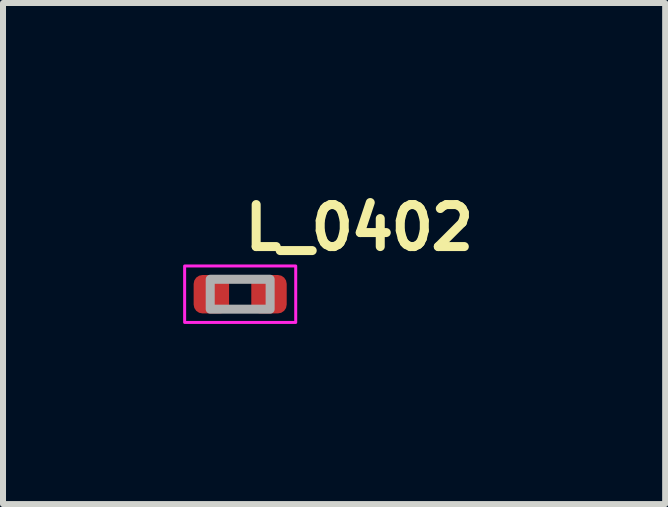
<source format=kicad_pcb>
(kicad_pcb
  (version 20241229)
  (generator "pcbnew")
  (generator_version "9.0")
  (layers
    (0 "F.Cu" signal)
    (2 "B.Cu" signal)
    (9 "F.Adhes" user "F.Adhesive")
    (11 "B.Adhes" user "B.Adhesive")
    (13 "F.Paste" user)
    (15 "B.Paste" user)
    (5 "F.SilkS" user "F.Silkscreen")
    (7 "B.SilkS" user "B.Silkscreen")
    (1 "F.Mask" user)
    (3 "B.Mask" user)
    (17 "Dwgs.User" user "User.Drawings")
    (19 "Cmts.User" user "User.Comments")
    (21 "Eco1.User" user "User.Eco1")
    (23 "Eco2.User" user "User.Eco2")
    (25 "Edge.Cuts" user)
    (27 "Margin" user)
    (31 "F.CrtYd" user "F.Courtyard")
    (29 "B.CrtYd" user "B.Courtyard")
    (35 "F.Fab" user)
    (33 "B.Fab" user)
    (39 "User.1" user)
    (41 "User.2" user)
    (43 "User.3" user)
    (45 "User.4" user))
  (footprint "L_0402"
    (layer "F.Cu")
    (at 0.95 1.85)
    (property "Reference" "L_0402" (at 0.001 -0.7 0) (layer "F.SilkS") (effects (font (size 0.7 0.7) (thickness 0.15)) (justify left bottom)))
    (attr smd)
    (fp_rect (start -0.925 -0.47) (end 0.925 0.47) (stroke (width 0.05) (type default)) (fill no) (layer "F.CrtYd"))
    (fp_rect (start -0.499 -0.249) (end 0.499 0.249) (stroke (width 0.15) (type solid)) (fill no) (layer "F.Fab"))
    (fp_line (start -0.499 -0.244) (end -0.499 -0.243) (stroke (width 0.1) (type solid)) (layer "User.5"))
    (fp_line (start -0.499 -0.243) (end -0.499 -0.243) (stroke (width 0.1) (type solid)) (layer "User.5"))
    (fp_line (start -0.499 -0.243) (end -0.499 -0.242) (stroke (width 0.1) (type solid)) (layer "User.5"))
    (fp_line (start -0.499 -0.242) (end -0.499 -0.242) (stroke (width 0.1) (type solid)) (layer "User.5"))
    (fp_line (start -0.499 -0.242) (end -0.499 -0.242) (stroke (width 0.1) (type solid)) (layer "User.5"))
    (fp_line (start -0.499 -0.242) (end -0.499 -0.241) (stroke (width 0.1) (type solid)) (layer "User.5"))
    (fp_line (start -0.499 -0.241) (end -0.499 -0.241) (stroke (width 0.1) (type solid)) (layer "User.5"))
    (fp_line (start -0.499 -0.241) (end -0.499 -0.24) (stroke (width 0.1) (type solid)) (layer "User.5"))
    (fp_line (start -0.499 -0.24) (end -0.499 -0.239) (stroke (width 0.1) (type solid)) (layer "User.5"))
    (fp_line (start -0.499 -0.239) (end -0.499 -0.239) (stroke (width 0.1) (type solid)) (layer "User.5"))
    (fp_line (start -0.499 -0.239) (end -0.499 -0.239) (stroke (width 0.1) (type solid)) (layer "User.5"))
    (fp_line (start -0.499 -0.239) (end -0.499 -0.239) (stroke (width 0.1) (type solid)) (layer "User.5"))
    (fp_line (start -0.499 0.24) (end -0.499 -0.239) (stroke (width 0.1) (type solid)) (layer "User.5"))
    (fp_line (start -0.499 0.24) (end -0.499 0.24) (stroke (width 0.1) (type solid)) (layer "User.5"))
    (fp_line (start -0.499 0.24) (end -0.499 0.24) (stroke (width 0.1) (type solid)) (layer "User.5"))
    (fp_line (start -0.499 0.24) (end -0.499 0.24) (stroke (width 0.1) (type solid)) (layer "User.5"))
    (fp_line (start -0.499 0.24) (end -0.499 0.24) (stroke (width 0.1) (type solid)) (layer "User.5"))
    (fp_line (start -0.499 0.24) (end -0.499 0.24) (stroke (width 0.1) (type solid)) (layer "User.5"))
    (fp_line (start -0.499 0.24) (end -0.499 0.241) (stroke (width 0.1) (type solid)) (layer "User.5"))
    (fp_line (start -0.499 0.241) (end -0.499 0.241) (stroke (width 0.1) (type solid)) (layer "User.5"))
    (fp_line (start -0.499 0.241) (end -0.499 0.241) (stroke (width 0.1) (type solid)) (layer "User.5"))
    (fp_line (start -0.499 0.241) (end -0.499 0.242) (stroke (width 0.1) (type solid)) (layer "User.5"))
    (fp_line (start -0.499 0.242) (end -0.499 0.242) (stroke (width 0.1) (type solid)) (layer "User.5"))
    (fp_line (start -0.499 0.242) (end -0.499 0.243) (stroke (width 0.1) (type solid)) (layer "User.5"))
    (fp_line (start -0.499 0.243) (end -0.498 0.243) (stroke (width 0.1) (type solid)) (layer "User.5"))
    (fp_line (start -0.498 -0.245) (end -0.498 -0.245) (stroke (width 0.1) (type solid)) (layer "User.5"))
    (fp_line (start -0.498 -0.245) (end -0.498 -0.245) (stroke (width 0.1) (type solid)) (layer "User.5"))
    (fp_line (start -0.498 -0.245) (end -0.498 -0.244) (stroke (width 0.1) (type solid)) (layer "User.5"))
    (fp_line (start -0.498 -0.244) (end -0.499 -0.244) (stroke (width 0.1) (type solid)) (layer "User.5"))
    (fp_line (start -0.498 0.243) (end -0.498 0.244) (stroke (width 0.1) (type solid)) (layer "User.5"))
    (fp_line (start -0.498 0.244) (end -0.498 0.244) (stroke (width 0.1) (type solid)) (layer "User.5"))
    (fp_line (start -0.498 0.244) (end -0.498 0.244) (stroke (width 0.1) (type solid)) (layer "User.5"))
    (fp_line (start -0.498 0.244) (end -0.497 0.245) (stroke (width 0.1) (type solid)) (layer "User.5"))
    (fp_line (start -0.497 -0.247) (end -0.497 -0.246) (stroke (width 0.1) (type solid)) (layer "User.5"))
    (fp_line (start -0.497 -0.246) (end -0.498 -0.245) (stroke (width 0.1) (type solid)) (layer "User.5"))
    (fp_line (start -0.497 -0.246) (end -0.497 -0.246) (stroke (width 0.1) (type solid)) (layer "User.5"))
    (fp_line (start -0.497 0.245) (end -0.497 0.245) (stroke (width 0.1) (type solid)) (layer "User.5"))
    (fp_line (start -0.497 0.245) (end -0.497 0.246) (stroke (width 0.1) (type solid)) (layer "User.5"))
    (fp_line (start -0.497 0.246) (end -0.496 0.246) (stroke (width 0.1) (type solid)) (layer "User.5"))
    (fp_line (start -0.496 -0.247) (end -0.497 -0.247) (stroke (width 0.1) (type solid)) (layer "User.5"))
    (fp_line (start -0.496 -0.247) (end -0.496 -0.247) (stroke (width 0.1) (type solid)) (layer "User.5"))
    (fp_line (start -0.496 0.246) (end -0.496 0.246) (stroke (width 0.1) (type solid)) (layer "User.5"))
    (fp_line (start -0.496 0.246) (end -0.495 0.247) (stroke (width 0.1) (type solid)) (layer "User.5"))
    (fp_line (start -0.495 -0.248) (end -0.496 -0.247) (stroke (width 0.1) (type solid)) (layer "User.5"))
    (fp_line (start -0.495 -0.248) (end -0.495 -0.248) (stroke (width 0.1) (type solid)) (layer "User.5"))
    (fp_line (start -0.495 -0.248) (end -0.495 -0.248) (stroke (width 0.1) (type solid)) (layer "User.5"))
    (fp_line (start -0.495 0.247) (end -0.495 0.247) (stroke (width 0.1) (type solid)) (layer "User.5"))
    (fp_line (start -0.495 0.247) (end -0.495 0.247) (stroke (width 0.1) (type solid)) (layer "User.5"))
    (fp_line (start -0.495 0.247) (end -0.494 0.247) (stroke (width 0.1) (type solid)) (layer "User.5"))
    (fp_line (start -0.494 -0.249) (end -0.494 -0.248) (stroke (width 0.1) (type solid)) (layer "User.5"))
    (fp_line (start -0.494 -0.248) (end -0.495 -0.248) (stroke (width 0.1) (type solid)) (layer "User.5"))
    (fp_line (start -0.494 0.247) (end -0.494 0.248) (stroke (width 0.1) (type solid)) (layer "User.5"))
    (fp_line (start -0.494 0.248) (end -0.493 0.248) (stroke (width 0.1) (type solid)) (layer "User.5"))
    (fp_line (start -0.493 -0.249) (end -0.494 -0.249) (stroke (width 0.1) (type solid)) (layer "User.5"))
    (fp_line (start -0.493 -0.249) (end -0.493 -0.249) (stroke (width 0.1) (type solid)) (layer "User.5"))
    (fp_line (start -0.493 0.248) (end -0.493 0.248) (stroke (width 0.1) (type solid)) (layer "User.5"))
    (fp_line (start -0.493 0.248) (end -0.492 0.248) (stroke (width 0.1) (type solid)) (layer "User.5"))
    (fp_line (start -0.492 -0.249) (end -0.493 -0.249) (stroke (width 0.1) (type solid)) (layer "User.5"))
    (fp_line (start -0.492 -0.249) (end -0.492 -0.249) (stroke (width 0.1) (type solid)) (layer "User.5"))
    (fp_line (start -0.492 -0.249) (end -0.492 -0.249) (stroke (width 0.1) (type solid)) (layer "User.5"))
    (fp_line (start -0.492 0.248) (end -0.492 0.248) (stroke (width 0.1) (type solid)) (layer "User.5"))
    (fp_line (start -0.492 0.248) (end -0.492 0.248) (stroke (width 0.1) (type solid)) (layer "User.5"))
    (fp_line (start -0.492 0.248) (end -0.491 0.248) (stroke (width 0.1) (type solid)) (layer "User.5"))
    (fp_line (start -0.491 -0.249) (end -0.492 -0.249) (stroke (width 0.1) (type solid)) (layer "User.5"))
    (fp_line (start -0.491 -0.249) (end -0.491 -0.249) (stroke (width 0.1) (type solid)) (layer "User.5"))
    (fp_line (start -0.491 0.248) (end -0.491 0.248) (stroke (width 0.1) (type solid)) (layer "User.5"))
    (fp_line (start -0.491 0.248) (end -0.49 0.248) (stroke (width 0.1) (type solid)) (layer "User.5"))
    (fp_line (start -0.489 -0.249) (end -0.299 -0.249) (stroke (width 0.1) (type solid)) (layer "User.5"))
    (fp_line (start -0.299 -0.249) (end -0.299 -0.239) (stroke (width 0.1) (type solid)) (layer "User.5"))
    (fp_line (start -0.299 -0.239) (end -0.299 0.24) (stroke (width 0.1) (type solid)) (layer "User.5"))
    (fp_line (start -0.299 -0.239) (end 0.298 -0.239) (stroke (width 0.1) (type solid)) (layer "User.5"))
    (fp_line (start -0.299 0.24) (end -0.299 0.248) (stroke (width 0.1) (type solid)) (layer "User.5"))
    (fp_line (start -0.299 0.24) (end 0.298 0.24) (stroke (width 0.1) (type solid)) (layer "User.5"))
    (fp_line (start -0.299 0.248) (end -0.489 0.248) (stroke (width 0.1) (type solid)) (layer "User.5"))
    (fp_line (start 0.298 -0.249) (end 0.298 -0.239) (stroke (width 0.1) (type solid)) (layer "User.5"))
    (fp_line (start 0.298 -0.239) (end 0.298 0.24) (stroke (width 0.1) (type solid)) (layer "User.5"))
    (fp_line (start 0.298 0.24) (end 0.298 0.248) (stroke (width 0.1) (type solid)) (layer "User.5"))
    (fp_line (start 0.298 0.248) (end 0.488 0.248) (stroke (width 0.1) (type solid)) (layer "User.5"))
    (fp_line (start 0.488 -0.249) (end 0.298 -0.249) (stroke (width 0.1) (type solid)) (layer "User.5"))
    (fp_line (start 0.49 0.248) (end 0.491 0.248) (stroke (width 0.1) (type solid)) (layer "User.5"))
    (fp_line (start 0.491 -0.249) (end 0.49 -0.249) (stroke (width 0.1) (type solid)) (layer "User.5"))
    (fp_line (start 0.491 -0.249) (end 0.491 -0.249) (stroke (width 0.1) (type solid)) (layer "User.5"))
    (fp_line (start 0.491 -0.249) (end 0.491 -0.249) (stroke (width 0.1) (type solid)) (layer "User.5"))
    (fp_line (start 0.491 0.248) (end 0.491 0.248) (stroke (width 0.1) (type solid)) (layer "User.5"))
    (fp_line (start 0.491 0.248) (end 0.491 0.248) (stroke (width 0.1) (type solid)) (layer "User.5"))
    (fp_line (start 0.491 0.248) (end 0.492 0.248) (stroke (width 0.1) (type solid)) (layer "User.5"))
    (fp_line (start 0.492 -0.249) (end 0.491 -0.249) (stroke (width 0.1) (type solid)) (layer "User.5"))
    (fp_line (start 0.492 -0.249) (end 0.492 -0.249) (stroke (width 0.1) (type solid)) (layer "User.5"))
    (fp_line (start 0.492 0.248) (end 0.492 0.248) (stroke (width 0.1) (type solid)) (layer "User.5"))
    (fp_line (start 0.492 0.248) (end 0.493 0.248) (stroke (width 0.1) (type solid)) (layer "User.5"))
    (fp_line (start 0.493 -0.249) (end 0.492 -0.249) (stroke (width 0.1) (type solid)) (layer "User.5"))
    (fp_line (start 0.493 -0.248) (end 0.493 -0.249) (stroke (width 0.1) (type solid)) (layer "User.5"))
    (fp_line (start 0.493 0.247) (end 0.494 0.247) (stroke (width 0.1) (type solid)) (layer "User.5"))
    (fp_line (start 0.493 0.248) (end 0.493 0.247) (stroke (width 0.1) (type solid)) (layer "User.5"))
    (fp_line (start 0.494 -0.248) (end 0.493 -0.248) (stroke (width 0.1) (type solid)) (layer "User.5"))
    (fp_line (start 0.494 -0.248) (end 0.494 -0.248) (stroke (width 0.1) (type solid)) (layer "User.5"))
    (fp_line (start 0.494 -0.248) (end 0.494 -0.248) (stroke (width 0.1) (type solid)) (layer "User.5"))
    (fp_line (start 0.494 0.247) (end 0.494 0.247) (stroke (width 0.1) (type solid)) (layer "User.5"))
    (fp_line (start 0.494 0.247) (end 0.494 0.247) (stroke (width 0.1) (type solid)) (layer "User.5"))
    (fp_line (start 0.494 0.247) (end 0.495 0.246) (stroke (width 0.1) (type solid)) (layer "User.5"))
    (fp_line (start 0.495 -0.247) (end 0.494 -0.248) (stroke (width 0.1) (type solid)) (layer "User.5"))
    (fp_line (start 0.495 -0.247) (end 0.495 -0.247) (stroke (width 0.1) (type solid)) (layer "User.5"))
    (fp_line (start 0.495 0.246) (end 0.495 0.246) (stroke (width 0.1) (type solid)) (layer "User.5"))
    (fp_line (start 0.495 0.246) (end 0.496 0.246) (stroke (width 0.1) (type solid)) (layer "User.5"))
    (fp_line (start 0.496 -0.247) (end 0.495 -0.247) (stroke (width 0.1) (type solid)) (layer "User.5"))
    (fp_line (start 0.496 -0.246) (end 0.496 -0.247) (stroke (width 0.1) (type solid)) (layer "User.5"))
    (fp_line (start 0.496 -0.246) (end 0.496 -0.246) (stroke (width 0.1) (type solid)) (layer "User.5"))
    (fp_line (start 0.496 0.245) (end 0.496 0.245) (stroke (width 0.1) (type solid)) (layer "User.5"))
    (fp_line (start 0.496 0.245) (end 0.497 0.244) (stroke (width 0.1) (type solid)) (layer "User.5"))
    (fp_line (start 0.496 0.246) (end 0.496 0.245) (stroke (width 0.1) (type solid)) (layer "User.5"))
    (fp_line (start 0.497 -0.245) (end 0.496 -0.246) (stroke (width 0.1) (type solid)) (layer "User.5"))
    (fp_line (start 0.497 -0.245) (end 0.497 -0.245) (stroke (width 0.1) (type solid)) (layer "User.5"))
    (fp_line (start 0.497 -0.245) (end 0.497 -0.245) (stroke (width 0.1) (type solid)) (layer "User.5"))
    (fp_line (start 0.497 -0.244) (end 0.497 -0.245) (stroke (width 0.1) (type solid)) (layer "User.5"))
    (fp_line (start 0.497 0.243) (end 0.498 0.243) (stroke (width 0.1) (type solid)) (layer "User.5"))
    (fp_line (start 0.497 0.244) (end 0.497 0.243) (stroke (width 0.1) (type solid)) (layer "User.5"))
    (fp_line (start 0.497 0.244) (end 0.497 0.244) (stroke (width 0.1) (type solid)) (layer "User.5"))
    (fp_line (start 0.497 0.244) (end 0.497 0.244) (stroke (width 0.1) (type solid)) (layer "User.5"))
    (fp_line (start 0.498 -0.244) (end 0.497 -0.244) (stroke (width 0.1) (type solid)) (layer "User.5"))
    (fp_line (start 0.498 -0.243) (end 0.498 -0.244) (stroke (width 0.1) (type solid)) (layer "User.5"))
    (fp_line (start 0.498 -0.243) (end 0.498 -0.243) (stroke (width 0.1) (type solid)) (layer "User.5"))
    (fp_line (start 0.498 -0.242) (end 0.498 -0.243) (stroke (width 0.1) (type solid)) (layer "User.5"))
    (fp_line (start 0.498 -0.242) (end 0.498 -0.242) (stroke (width 0.1) (type solid)) (layer "User.5"))
    (fp_line (start 0.498 -0.242) (end 0.498 -0.242) (stroke (width 0.1) (type solid)) (layer "User.5"))
    (fp_line (start 0.498 -0.241) (end 0.498 -0.242) (stroke (width 0.1) (type solid)) (layer "User.5"))
    (fp_line (start 0.498 -0.241) (end 0.498 -0.241) (stroke (width 0.1) (type solid)) (layer "User.5"))
    (fp_line (start 0.498 -0.24) (end 0.498 -0.241) (stroke (width 0.1) (type solid)) (layer "User.5"))
    (fp_line (start 0.498 0.24) (end 0.498 -0.239) (stroke (width 0.1) (type solid)) (layer "User.5"))
    (fp_line (start 0.498 0.24) (end 0.498 0.24) (stroke (width 0.1) (type solid)) (layer "User.5"))
    (fp_line (start 0.498 0.241) (end 0.498 0.24) (stroke (width 0.1) (type solid)) (layer "User.5"))
    (fp_line (start 0.498 0.241) (end 0.498 0.241) (stroke (width 0.1) (type solid)) (layer "User.5"))
    (fp_line (start 0.498 0.241) (end 0.498 0.241) (stroke (width 0.1) (type solid)) (layer "User.5"))
    (fp_line (start 0.498 0.242) (end 0.498 0.241) (stroke (width 0.1) (type solid)) (layer "User.5"))
    (fp_line (start 0.498 0.242) (end 0.498 0.242) (stroke (width 0.1) (type solid)) (layer "User.5"))
    (fp_line (start 0.498 0.243) (end 0.498 0.242) (stroke (width 0.1) (type solid)) (layer "User.5"))
    (fp_rect (start -0.499 -0.249) (end 0.498 0.248) (stroke (width 0.1) (type solid)) (fill no) (layer "User.5"))
    (fp_line (start -0.499 -0.244) (end -0.499 -0.243) (stroke (width 0.02) (type solid)) (layer "User.9"))
    (fp_line (start -0.499 -0.243) (end -0.499 -0.243) (stroke (width 0.02) (type solid)) (layer "User.9"))
    (fp_line (start -0.499 -0.243) (end -0.499 -0.242) (stroke (width 0.02) (type solid)) (layer "User.9"))
    (fp_line (start -0.499 -0.242) (end -0.499 -0.242) (stroke (width 0.02) (type solid)) (layer "User.9"))
    (fp_line (start -0.499 -0.242) (end -0.499 -0.242) (stroke (width 0.02) (type solid)) (layer "User.9"))
    (fp_line (start -0.499 -0.242) (end -0.499 -0.241) (stroke (width 0.02) (type solid)) (layer "User.9"))
    (fp_line (start -0.499 -0.241) (end -0.499 -0.241) (stroke (width 0.02) (type solid)) (layer "User.9"))
    (fp_line (start -0.499 -0.241) (end -0.499 -0.24) (stroke (width 0.02) (type solid)) (layer "User.9"))
    (fp_line (start -0.499 -0.24) (end -0.499 -0.239) (stroke (width 0.02) (type solid)) (layer "User.9"))
    (fp_line (start -0.499 -0.239) (end -0.499 -0.239) (stroke (width 0.02) (type solid)) (layer "User.9"))
    (fp_line (start -0.499 -0.239) (end -0.499 -0.239) (stroke (width 0.02) (type solid)) (layer "User.9"))
    (fp_line (start -0.499 -0.239) (end -0.499 -0.239) (stroke (width 0.02) (type solid)) (layer "User.9"))
    (fp_line (start -0.499 -0.239) (end -0.499 -0.239) (stroke (width 0.02) (type solid)) (layer "User.9"))
    (fp_line (start -0.499 -0.239) (end -0.499 -0.239) (stroke (width 0.02) (type solid)) (layer "User.9"))
    (fp_line (start -0.499 -0.239) (end -0.499 -0.239) (stroke (width 0.02) (type solid)) (layer "User.9"))
    (fp_line (start -0.499 -0.239) (end -0.499 -0.239) (stroke (width 0.02) (type solid)) (layer "User.9"))
    (fp_line (start -0.499 -0.239) (end -0.499 -0.238) (stroke (width 0.02) (type solid)) (layer "User.9"))
    (fp_line (start -0.499 -0.238) (end -0.499 -0.238) (stroke (width 0.02) (type solid)) (layer "User.9"))
    (fp_line (start -0.499 -0.238) (end -0.499 -0.237) (stroke (width 0.02) (type solid)) (layer "User.9"))
    (fp_line (start -0.499 -0.237) (end -0.498 -0.237) (stroke (width 0.02) (type solid)) (layer "User.9"))
    (fp_line (start -0.499 0.236) (end -0.499 0.237) (stroke (width 0.02) (type solid)) (layer "User.9"))
    (fp_line (start -0.499 0.237) (end -0.499 0.237) (stroke (width 0.02) (type solid)) (layer "User.9"))
    (fp_line (start -0.499 0.237) (end -0.499 0.238) (stroke (width 0.02) (type solid)) (layer "User.9"))
    (fp_line (start -0.499 0.238) (end -0.499 0.238) (stroke (width 0.02) (type solid)) (layer "User.9"))
    (fp_line (start -0.499 0.238) (end -0.499 0.238) (stroke (width 0.02) (type solid)) (layer "User.9"))
    (fp_line (start -0.499 0.238) (end -0.499 0.239) (stroke (width 0.02) (type solid)) (layer "User.9"))
    (fp_line (start -0.499 0.239) (end -0.499 0.239) (stroke (width 0.02) (type solid)) (layer "User.9"))
    (fp_line (start -0.499 0.239) (end -0.499 0.24) (stroke (width 0.02) (type solid)) (layer "User.9"))
    (fp_line (start -0.499 0.24) (end -0.499 -0.239) (stroke (width 0.02) (type solid)) (layer "User.9"))
    (fp_line (start -0.499 0.24) (end -0.499 0.24) (stroke (width 0.02) (type solid)) (layer "User.9"))
    (fp_line (start -0.499 0.24) (end -0.499 0.24) (stroke (width 0.02) (type solid)) (layer "User.9"))
    (fp_line (start -0.499 0.24) (end -0.499 0.24) (stroke (width 0.02) (type solid)) (layer "User.9"))
    (fp_line (start -0.499 0.24) (end -0.499 0.24) (stroke (width 0.02) (type solid)) (layer "User.9"))
    (fp_line (start -0.499 0.24) (end -0.499 0.24) (stroke (width 0.02) (type solid)) (layer "User.9"))
    (fp_line (start -0.499 0.24) (end -0.499 0.241) (stroke (width 0.02) (type solid)) (layer "User.9"))
    (fp_line (start -0.499 0.241) (end -0.499 0.241) (stroke (width 0.02) (type solid)) (layer "User.9"))
    (fp_line (start -0.499 0.241) (end -0.499 0.241) (stroke (width 0.02) (type solid)) (layer "User.9"))
    (fp_line (start -0.499 0.241) (end -0.499 0.242) (stroke (width 0.02) (type solid)) (layer "User.9"))
    (fp_line (start -0.499 0.242) (end -0.499 0.242) (stroke (width 0.02) (type solid)) (layer "User.9"))
    (fp_line (start -0.499 0.242) (end -0.499 0.243) (stroke (width 0.02) (type solid)) (layer "User.9"))
    (fp_line (start -0.499 0.243) (end -0.498 0.243) (stroke (width 0.02) (type solid)) (layer "User.9"))
    (fp_line (start -0.498 -0.245) (end -0.498 -0.245) (stroke (width 0.02) (type solid)) (layer "User.9"))
    (fp_line (start -0.498 -0.245) (end -0.498 -0.245) (stroke (width 0.02) (type solid)) (layer "User.9"))
    (fp_line (start -0.498 -0.245) (end -0.498 -0.244) (stroke (width 0.02) (type solid)) (layer "User.9"))
    (fp_line (start -0.498 -0.244) (end -0.499 -0.244) (stroke (width 0.02) (type solid)) (layer "User.9"))
    (fp_line (start -0.498 -0.237) (end -0.498 -0.236) (stroke (width 0.02) (type solid)) (layer "User.9"))
    (fp_line (start -0.498 -0.236) (end -0.498 -0.236) (stroke (width 0.02) (type solid)) (layer "User.9"))
    (fp_line (start -0.498 -0.236) (end -0.498 -0.236) (stroke (width 0.02) (type solid)) (layer "User.9"))
    (fp_line (start -0.498 -0.236) (end -0.497 -0.235) (stroke (width 0.02) (type solid)) (layer "User.9"))
    (fp_line (start -0.498 0.235) (end -0.498 0.235) (stroke (width 0.02) (type solid)) (layer "User.9"))
    (fp_line (start -0.498 0.235) (end -0.498 0.235) (stroke (width 0.02) (type solid)) (layer "User.9"))
    (fp_line (start -0.498 0.235) (end -0.498 0.236) (stroke (width 0.02) (type solid)) (layer "User.9"))
    (fp_line (start -0.498 0.236) (end -0.499 0.236) (stroke (width 0.02) (type solid)) (layer "User.9"))
    (fp_line (start -0.498 0.243) (end -0.498 0.244) (stroke (width 0.02) (type solid)) (layer "User.9"))
    (fp_line (start -0.498 0.244) (end -0.498 0.244) (stroke (width 0.02) (type solid)) (layer "User.9"))
    (fp_line (start -0.498 0.244) (end -0.498 0.244) (stroke (width 0.02) (type solid)) (layer "User.9"))
    (fp_line (start -0.498 0.244) (end -0.497 0.245) (stroke (width 0.02) (type solid)) (layer "User.9"))
    (fp_line (start -0.497 -0.247) (end -0.497 -0.246) (stroke (width 0.02) (type solid)) (layer "User.9"))
    (fp_line (start -0.497 -0.246) (end -0.498 -0.245) (stroke (width 0.02) (type solid)) (layer "User.9"))
    (fp_line (start -0.497 -0.246) (end -0.497 -0.246) (stroke (width 0.02) (type solid)) (layer "User.9"))
    (fp_line (start -0.497 -0.235) (end -0.497 -0.235) (stroke (width 0.02) (type solid)) (layer "User.9"))
    (fp_line (start -0.497 -0.235) (end -0.497 -0.234) (stroke (width 0.02) (type solid)) (layer "User.9"))
    (fp_line (start -0.497 -0.234) (end -0.496 -0.234) (stroke (width 0.02) (type solid)) (layer "User.9"))
    (fp_line (start -0.497 0.233) (end -0.497 0.234) (stroke (width 0.02) (type solid)) (layer "User.9"))
    (fp_line (start -0.497 0.234) (end -0.498 0.235) (stroke (width 0.02) (type solid)) (layer "User.9"))
    (fp_line (start -0.497 0.234) (end -0.497 0.234) (stroke (width 0.02) (type solid)) (layer "User.9"))
    (fp_line (start -0.497 0.245) (end -0.497 0.245) (stroke (width 0.02) (type solid)) (layer "User.9"))
    (fp_line (start -0.497 0.245) (end -0.497 0.246) (stroke (width 0.02) (type solid)) (layer "User.9"))
    (fp_line (start -0.497 0.246) (end -0.496 0.246) (stroke (width 0.02) (type solid)) (layer "User.9"))
    (fp_line (start -0.496 -0.247) (end -0.497 -0.247) (stroke (width 0.02) (type solid)) (layer "User.9"))
    (fp_line (start -0.496 -0.247) (end -0.496 -0.247) (stroke (width 0.02) (type solid)) (layer "User.9"))
    (fp_line (start -0.496 -0.234) (end -0.496 -0.234) (stroke (width 0.02) (type solid)) (layer "User.9"))
    (fp_line (start -0.496 -0.234) (end -0.495 -0.233) (stroke (width 0.02) (type solid)) (layer "User.9"))
    (fp_line (start -0.496 0.233) (end -0.497 0.233) (stroke (width 0.02) (type solid)) (layer "User.9"))
    (fp_line (start -0.496 0.233) (end -0.496 0.233) (stroke (width 0.02) (type solid)) (layer "User.9"))
    (fp_line (start -0.496 0.246) (end -0.496 0.246) (stroke (width 0.02) (type solid)) (layer "User.9"))
    (fp_line (start -0.496 0.246) (end -0.495 0.247) (stroke (width 0.02) (type solid)) (layer "User.9"))
    (fp_line (start -0.495 -0.248) (end -0.496 -0.247) (stroke (width 0.02) (type solid)) (layer "User.9"))
    (fp_line (start -0.495 -0.248) (end -0.495 -0.248) (stroke (width 0.02) (type solid)) (layer "User.9"))
    (fp_line (start -0.495 -0.248) (end -0.495 -0.248) (stroke (width 0.02) (type solid)) (layer "User.9"))
    (fp_line (start -0.495 -0.233) (end -0.495 -0.233) (stroke (width 0.02) (type solid)) (layer "User.9"))
    (fp_line (start -0.495 -0.233) (end -0.495 -0.233) (stroke (width 0.02) (type solid)) (layer "User.9"))
    (fp_line (start -0.495 -0.233) (end -0.494 -0.233) (stroke (width 0.02) (type solid)) (layer "User.9"))
    (fp_line (start -0.495 0.232) (end -0.496 0.233) (stroke (width 0.02) (type solid)) (layer "User.9"))
    (fp_line (start -0.495 0.232) (end -0.495 0.232) (stroke (width 0.02) (type solid)) (layer "User.9"))
    (fp_line (start -0.495 0.232) (end -0.495 0.232) (stroke (width 0.02) (type solid)) (layer "User.9"))
    (fp_line (start -0.495 0.247) (end -0.495 0.247) (stroke (width 0.02) (type solid)) (layer "User.9"))
    (fp_line (start -0.495 0.247) (end -0.495 0.247) (stroke (width 0.02) (type solid)) (layer "User.9"))
    (fp_line (start -0.495 0.247) (end -0.494 0.247) (stroke (width 0.02) (type solid)) (layer "User.9"))
    (fp_line (start -0.494 -0.249) (end -0.494 -0.248) (stroke (width 0.02) (type solid)) (layer "User.9"))
    (fp_line (start -0.494 -0.248) (end -0.495 -0.248) (stroke (width 0.02) (type solid)) (layer "User.9"))
    (fp_line (start -0.494 -0.233) (end -0.494 -0.232) (stroke (width 0.02) (type solid)) (layer "User.9"))
    (fp_line (start -0.494 -0.232) (end -0.493 -0.232) (stroke (width 0.02) (type solid)) (layer "User.9"))
    (fp_line (start -0.494 0.231) (end -0.494 0.232) (stroke (width 0.02) (type solid)) (layer "User.9"))
    (fp_line (start -0.494 0.232) (end -0.495 0.232) (stroke (width 0.02) (type solid)) (layer "User.9"))
    (fp_line (start -0.494 0.247) (end -0.494 0.248) (stroke (width 0.02) (type solid)) (layer "User.9"))
    (fp_line (start -0.494 0.248) (end -0.493 0.248) (stroke (width 0.02) (type solid)) (layer "User.9"))
    (fp_line (start -0.493 -0.249) (end -0.494 -0.249) (stroke (width 0.02) (type solid)) (layer "User.9"))
    (fp_line (start -0.493 -0.249) (end -0.493 -0.249) (stroke (width 0.02) (type solid)) (layer "User.9"))
    (fp_line (start -0.493 -0.232) (end -0.493 -0.232) (stroke (width 0.02) (type solid)) (layer "User.9"))
    (fp_line (start -0.493 -0.232) (end -0.492 -0.232) (stroke (width 0.02) (type solid)) (layer "User.9"))
    (fp_line (start -0.493 0.231) (end -0.494 0.231) (stroke (width 0.02) (type solid)) (layer "User.9"))
    (fp_line (start -0.493 0.231) (end -0.493 0.231) (stroke (width 0.02) (type solid)) (layer "User.9"))
    (fp_line (start -0.493 0.248) (end -0.493 0.248) (stroke (width 0.02) (type solid)) (layer "User.9"))
    (fp_line (start -0.493 0.248) (end -0.492 0.248) (stroke (width 0.02) (type solid)) (layer "User.9"))
    (fp_line (start -0.492 -0.249) (end -0.493 -0.249) (stroke (width 0.02) (type solid)) (layer "User.9"))
    (fp_line (start -0.492 -0.249) (end -0.492 -0.249) (stroke (width 0.02) (type solid)) (layer "User.9"))
    (fp_line (start -0.492 -0.249) (end -0.492 -0.249) (stroke (width 0.02) (type solid)) (layer "User.9"))
    (fp_line (start -0.492 -0.232) (end -0.492 -0.232) (stroke (width 0.02) (type solid)) (layer "User.9"))
    (fp_line (start -0.492 -0.232) (end -0.492 -0.232) (stroke (width 0.02) (type solid)) (layer "User.9"))
    (fp_line (start -0.492 -0.232) (end -0.491 -0.232) (stroke (width 0.02) (type solid)) (layer "User.9"))
    (fp_line (start -0.492 0.231) (end -0.493 0.231) (stroke (width 0.02) (type solid)) (layer "User.9"))
    (fp_line (start -0.492 0.231) (end -0.492 0.231) (stroke (width 0.02) (type solid)) (layer "User.9"))
    (fp_line (start -0.492 0.231) (end -0.492 0.231) (stroke (width 0.02) (type solid)) (layer "User.9"))
    (fp_line (start -0.492 0.248) (end -0.492 0.248) (stroke (width 0.02) (type solid)) (layer "User.9"))
    (fp_line (start -0.492 0.248) (end -0.492 0.248) (stroke (width 0.02) (type solid)) (layer "User.9"))
    (fp_line (start -0.492 0.248) (end -0.491 0.248) (stroke (width 0.02) (type solid)) (layer "User.9"))
    (fp_line (start -0.491 -0.249) (end -0.492 -0.249) (stroke (width 0.02) (type solid)) (layer "User.9"))
    (fp_line (start -0.491 -0.249) (end -0.491 -0.249) (stroke (width 0.02) (type solid)) (layer "User.9"))
    (fp_line (start -0.491 -0.232) (end -0.491 -0.232) (stroke (width 0.02) (type solid)) (layer "User.9"))
    (fp_line (start -0.491 -0.232) (end -0.49 -0.232) (stroke (width 0.02) (type solid)) (layer "User.9"))
    (fp_line (start -0.491 0.231) (end -0.492 0.231) (stroke (width 0.02) (type solid)) (layer "User.9"))
    (fp_line (start -0.491 0.231) (end -0.491 0.231) (stroke (width 0.02) (type solid)) (layer "User.9"))
    (fp_line (start -0.491 0.248) (end -0.491 0.248) (stroke (width 0.02) (type solid)) (layer "User.9"))
    (fp_line (start -0.491 0.248) (end -0.49 0.248) (stroke (width 0.02) (type solid)) (layer "User.9"))
    (fp_line (start -0.49 -0.249) (end -0.491 -0.249) (stroke (width 0.02) (type solid)) (layer "User.9"))
    (fp_line (start -0.49 -0.232) (end -0.489 -0.232) (stroke (width 0.02) (type solid)) (layer "User.9"))
    (fp_line (start -0.49 0.231) (end -0.491 0.231) (stroke (width 0.02) (type solid)) (layer "User.9"))
    (fp_line (start -0.49 0.248) (end -0.489 0.248) (stroke (width 0.02) (type solid)) (layer "User.9"))
    (fp_line (start -0.489 -0.249) (end -0.49 -0.249) (stroke (width 0.02) (type solid)) (layer "User.9"))
    (fp_line (start -0.489 -0.249) (end -0.489 -0.249) (stroke (width 0.02) (type solid)) (layer "User.9"))
    (fp_line (start -0.489 -0.249) (end -0.489 -0.249) (stroke (width 0.02) (type solid)) (layer "User.9"))
    (fp_line (start -0.489 -0.249) (end -0.299 -0.249) (stroke (width 0.02) (type solid)) (layer "User.9"))
    (fp_line (start -0.489 -0.232) (end -0.489 -0.232) (stroke (width 0.02) (type solid)) (layer "User.9"))
    (fp_line (start -0.489 -0.232) (end -0.489 -0.232) (stroke (width 0.02) (type solid)) (layer "User.9"))
    (fp_line (start -0.489 -0.232) (end -0.488 -0.232) (stroke (width 0.02) (type solid)) (layer "User.9"))
    (fp_line (start -0.489 0.231) (end -0.49 0.231) (stroke (width 0.02) (type solid)) (layer "User.9"))
    (fp_line (start -0.489 0.231) (end -0.489 0.231) (stroke (width 0.02) (type solid)) (layer "User.9"))
    (fp_line (start -0.489 0.231) (end -0.489 0.231) (stroke (width 0.02) (type solid)) (layer "User.9"))
    (fp_line (start -0.489 0.248) (end -0.489 0.248) (stroke (width 0.02) (type solid)) (layer "User.9"))
    (fp_line (start -0.489 0.248) (end -0.489 0.248) (stroke (width 0.02) (type solid)) (layer "User.9"))
    (fp_line (start -0.489 0.248) (end -0.488 0.248) (stroke (width 0.02) (type solid)) (layer "User.9"))
    (fp_line (start -0.488 -0.249) (end -0.489 -0.249) (stroke (width 0.02) (type solid)) (layer "User.9"))
    (fp_line (start -0.488 -0.249) (end -0.488 -0.249) (stroke (width 0.02) (type solid)) (layer "User.9"))
    (fp_line (start -0.488 -0.232) (end -0.488 -0.232) (stroke (width 0.02) (type solid)) (layer "User.9"))
    (fp_line (start -0.488 -0.232) (end -0.487 -0.232) (stroke (width 0.02) (type solid)) (layer "User.9"))
    (fp_line (start -0.488 0.231) (end -0.489 0.231) (stroke (width 0.02) (type solid)) (layer "User.9"))
    (fp_line (start -0.488 0.231) (end -0.488 0.231) (stroke (width 0.02) (type solid)) (layer "User.9"))
    (fp_line (start -0.488 0.248) (end -0.488 0.248) (stroke (width 0.02) (type solid)) (layer "User.9"))
    (fp_line (start -0.488 0.248) (end -0.487 0.248) (stroke (width 0.02) (type solid)) (layer "User.9"))
    (fp_line (start -0.487 -0.249) (end -0.488 -0.249) (stroke (width 0.02) (type solid)) (layer "User.9"))
    (fp_line (start -0.487 -0.249) (end -0.487 -0.249) (stroke (width 0.02) (type solid)) (layer "User.9"))
    (fp_line (start -0.487 -0.249) (end -0.487 -0.249) (stroke (width 0.02) (type solid)) (layer "User.9"))
    (fp_line (start -0.487 -0.232) (end -0.487 -0.232) (stroke (width 0.02) (type solid)) (layer "User.9"))
    (fp_line (start -0.487 -0.232) (end -0.487 -0.232) (stroke (width 0.02) (type solid)) (layer "User.9"))
    (fp_line (start -0.487 -0.232) (end -0.486 -0.232) (stroke (width 0.02) (type solid)) (layer "User.9"))
    (fp_line (start -0.487 0.231) (end -0.488 0.231) (stroke (width 0.02) (type solid)) (layer "User.9"))
    (fp_line (start -0.487 0.231) (end -0.487 0.231) (stroke (width 0.02) (type solid)) (layer "User.9"))
    (fp_line (start -0.487 0.231) (end -0.487 0.231) (stroke (width 0.02) (type solid)) (layer "User.9"))
    (fp_line (start -0.487 0.248) (end -0.487 0.248) (stroke (width 0.02) (type solid)) (layer "User.9"))
    (fp_line (start -0.487 0.248) (end -0.487 0.248) (stroke (width 0.02) (type solid)) (layer "User.9"))
    (fp_line (start -0.487 0.248) (end -0.486 0.248) (stroke (width 0.02) (type solid)) (layer "User.9"))
    (fp_line (start -0.486 -0.249) (end -0.487 -0.249) (stroke (width 0.02) (type solid)) (layer "User.9"))
    (fp_line (start -0.486 -0.249) (end -0.486 -0.249) (stroke (width 0.02) (type solid)) (layer "User.9"))
    (fp_line (start -0.486 -0.232) (end -0.486 -0.232) (stroke (width 0.02) (type solid)) (layer "User.9"))
    (fp_line (start -0.486 -0.232) (end -0.485 -0.232) (stroke (width 0.02) (type solid)) (layer "User.9"))
    (fp_line (start -0.486 0.231) (end -0.487 0.231) (stroke (width 0.02) (type solid)) (layer "User.9"))
    (fp_line (start -0.486 0.231) (end -0.486 0.231) (stroke (width 0.02) (type solid)) (layer "User.9"))
    (fp_line (start -0.486 0.248) (end -0.486 0.248) (stroke (width 0.02) (type solid)) (layer "User.9"))
    (fp_line (start -0.486 0.248) (end -0.485 0.248) (stroke (width 0.02) (type solid)) (layer "User.9"))
    (fp_line (start -0.485 -0.249) (end -0.486 -0.249) (stroke (width 0.02) (type solid)) (layer "User.9"))
    (fp_line (start -0.485 -0.248) (end -0.485 -0.249) (stroke (width 0.02) (type solid)) (layer "User.9"))
    (fp_line (start -0.485 -0.233) (end -0.484 -0.233) (stroke (width 0.02) (type solid)) (layer "User.9"))
    (fp_line (start -0.485 -0.232) (end -0.485 -0.233) (stroke (width 0.02) (type solid)) (layer "User.9"))
    (fp_line (start -0.485 0.231) (end -0.486 0.231) (stroke (width 0.02) (type solid)) (layer "User.9"))
    (fp_line (start -0.485 0.232) (end -0.485 0.231) (stroke (width 0.02) (type solid)) (layer "User.9"))
    (fp_line (start -0.485 0.247) (end -0.484 0.247) (stroke (width 0.02) (type solid)) (layer "User.9"))
    (fp_line (start -0.485 0.248) (end -0.485 0.247) (stroke (width 0.02) (type solid)) (layer "User.9"))
    (fp_line (start -0.484 -0.248) (end -0.485 -0.248) (stroke (width 0.02) (type solid)) (layer "User.9"))
    (fp_line (start -0.484 -0.248) (end -0.484 -0.248) (stroke (width 0.02) (type solid)) (layer "User.9"))
    (fp_line (start -0.484 -0.248) (end -0.484 -0.248) (stroke (width 0.02) (type solid)) (layer "User.9"))
    (fp_line (start -0.484 -0.233) (end -0.484 -0.233) (stroke (width 0.02) (type solid)) (layer "User.9"))
    (fp_line (start -0.484 -0.233) (end -0.484 -0.233) (stroke (width 0.02) (type solid)) (layer "User.9"))
    (fp_line (start -0.484 -0.233) (end -0.483 -0.234) (stroke (width 0.02) (type solid)) (layer "User.9"))
    (fp_line (start -0.484 0.232) (end -0.485 0.232) (stroke (width 0.02) (type solid)) (layer "User.9"))
    (fp_line (start -0.484 0.232) (end -0.484 0.232) (stroke (width 0.02) (type solid)) (layer "User.9"))
    (fp_line (start -0.484 0.232) (end -0.484 0.232) (stroke (width 0.02) (type solid)) (layer "User.9"))
    (fp_line (start -0.484 0.247) (end -0.484 0.247) (stroke (width 0.02) (type solid)) (layer "User.9"))
    (fp_line (start -0.484 0.247) (end -0.484 0.247) (stroke (width 0.02) (type solid)) (layer "User.9"))
    (fp_line (start -0.484 0.247) (end -0.483 0.246) (stroke (width 0.02) (type solid)) (layer "User.9"))
    (fp_line (start -0.483 -0.247) (end -0.484 -0.248) (stroke (width 0.02) (type solid)) (layer "User.9"))
    (fp_line (start -0.483 -0.247) (end -0.483 -0.247) (stroke (width 0.02) (type solid)) (layer "User.9"))
    (fp_line (start -0.483 -0.234) (end -0.483 -0.234) (stroke (width 0.02) (type solid)) (layer "User.9"))
    (fp_line (start -0.483 -0.234) (end -0.482 -0.234) (stroke (width 0.02) (type solid)) (layer "User.9"))
    (fp_line (start -0.483 0.233) (end -0.484 0.232) (stroke (width 0.02) (type solid)) (layer "User.9"))
    (fp_line (start -0.483 0.233) (end -0.483 0.233) (stroke (width 0.02) (type solid)) (layer "User.9"))
    (fp_line (start -0.483 0.246) (end -0.483 0.246) (stroke (width 0.02) (type solid)) (layer "User.9"))
    (fp_line (start -0.483 0.246) (end -0.482 0.246) (stroke (width 0.02) (type solid)) (layer "User.9"))
    (fp_line (start -0.482 -0.247) (end -0.483 -0.247) (stroke (width 0.02) (type solid)) (layer "User.9"))
    (fp_line (start -0.482 -0.246) (end -0.482 -0.247) (stroke (width 0.02) (type solid)) (layer "User.9"))
    (fp_line (start -0.482 -0.246) (end -0.482 -0.246) (stroke (width 0.02) (type solid)) (layer "User.9"))
    (fp_line (start -0.482 -0.235) (end -0.482 -0.235) (stroke (width 0.02) (type solid)) (layer "User.9"))
    (fp_line (start -0.482 -0.235) (end -0.481 -0.236) (stroke (width 0.02) (type solid)) (layer "User.9"))
    (fp_line (start -0.482 -0.234) (end -0.482 -0.235) (stroke (width 0.02) (type solid)) (layer "User.9"))
    (fp_line (start -0.482 0.233) (end -0.483 0.233) (stroke (width 0.02) (type solid)) (layer "User.9"))
    (fp_line (start -0.482 0.234) (end -0.482 0.233) (stroke (width 0.02) (type solid)) (layer "User.9"))
    (fp_line (start -0.482 0.234) (end -0.482 0.234) (stroke (width 0.02) (type solid)) (layer "User.9"))
    (fp_line (start -0.482 0.245) (end -0.482 0.245) (stroke (width 0.02) (type solid)) (layer "User.9"))
    (fp_line (start -0.482 0.245) (end -0.481 0.244) (stroke (width 0.02) (type solid)) (layer "User.9"))
    (fp_line (start -0.482 0.246) (end -0.482 0.245) (stroke (width 0.02) (type solid)) (layer "User.9"))
    (fp_line (start -0.481 -0.245) (end -0.482 -0.246) (stroke (width 0.02) (type solid)) (layer "User.9"))
    (fp_line (start -0.481 -0.245) (end -0.481 -0.245) (stroke (width 0.02) (type solid)) (layer "User.9"))
    (fp_line (start -0.481 -0.245) (end -0.481 -0.245) (stroke (width 0.02) (type solid)) (layer "User.9"))
    (fp_line (start -0.481 -0.244) (end -0.481 -0.245) (stroke (width 0.02) (type solid)) (layer "User.9"))
    (fp_line (start -0.481 -0.237) (end -0.48 -0.237) (stroke (width 0.02) (type solid)) (layer "User.9"))
    (fp_line (start -0.481 -0.236) (end -0.481 -0.237) (stroke (width 0.02) (type solid)) (layer "User.9"))
    (fp_line (start -0.481 -0.236) (end -0.481 -0.236) (stroke (width 0.02) (type solid)) (layer "User.9"))
    (fp_line (start -0.481 -0.236) (end -0.481 -0.236) (stroke (width 0.02) (type solid)) (layer "User.9"))
    (fp_line (start -0.481 0.235) (end -0.482 0.234) (stroke (width 0.02) (type solid)) (layer "User.9"))
    (fp_line (start -0.481 0.235) (end -0.481 0.235) (stroke (width 0.02) (type solid)) (layer "User.9"))
    (fp_line (start -0.481 0.235) (end -0.481 0.235) (stroke (width 0.02) (type solid)) (layer "User.9"))
    (fp_line (start -0.481 0.236) (end -0.481 0.235) (stroke (width 0.02) (type solid)) (layer "User.9"))
    (fp_line (start -0.481 0.243) (end -0.48 0.243) (stroke (width 0.02) (type solid)) (layer "User.9"))
    (fp_line (start -0.481 0.244) (end -0.481 0.243) (stroke (width 0.02) (type solid)) (layer "User.9"))
    (fp_line (start -0.481 0.244) (end -0.481 0.244) (stroke (width 0.02) (type solid)) (layer "User.9"))
    (fp_line (start -0.481 0.244) (end -0.481 0.244) (stroke (width 0.02) (type solid)) (layer "User.9"))
    (fp_line (start -0.48 -0.244) (end -0.481 -0.244) (stroke (width 0.02) (type solid)) (layer "User.9"))
    (fp_line (start -0.48 -0.243) (end -0.48 -0.244) (stroke (width 0.02) (type solid)) (layer "User.9"))
    (fp_line (start -0.48 -0.243) (end -0.48 -0.243) (stroke (width 0.02) (type solid)) (layer "User.9"))
    (fp_line (start -0.48 -0.242) (end -0.48 -0.243) (stroke (width 0.02) (type solid)) (layer "User.9"))
    (fp_line (start -0.48 -0.242) (end -0.48 -0.242) (stroke (width 0.02) (type solid)) (layer "User.9"))
    (fp_line (start -0.48 -0.242) (end -0.48 -0.242) (stroke (width 0.02) (type solid)) (layer "User.9"))
    (fp_line (start -0.48 -0.241) (end -0.48 -0.242) (stroke (width 0.02) (type solid)) (layer "User.9"))
    (fp_line (start -0.48 -0.241) (end -0.48 -0.241) (stroke (width 0.02) (type solid)) (layer "User.9"))
    (fp_line (start -0.48 -0.24) (end -0.48 -0.241) (stroke (width 0.02) (type solid)) (layer "User.9"))
    (fp_line (start -0.48 -0.239) (end -0.48 -0.239) (stroke (width 0.02) (type solid)) (layer "User.9"))
    (fp_line (start -0.48 -0.239) (end -0.48 -0.239) (stroke (width 0.02) (type solid)) (layer "User.9"))
    (fp_line (start -0.48 -0.239) (end -0.48 -0.239) (stroke (width 0.02) (type solid)) (layer "User.9"))
    (fp_line (start -0.48 -0.239) (end -0.48 -0.239) (stroke (width 0.02) (type solid)) (layer "User.9"))
    (fp_line (start -0.48 -0.239) (end -0.48 -0.239) (stroke (width 0.02) (type solid)) (layer "User.9"))
    (fp_line (start -0.48 -0.239) (end -0.479 -0.239) (stroke (width 0.02) (type solid)) (layer "User.9"))
    (fp_line (start -0.48 -0.238) (end -0.48 -0.239) (stroke (width 0.02) (type solid)) (layer "User.9"))
    (fp_line (start -0.48 -0.238) (end -0.48 -0.238) (stroke (width 0.02) (type solid)) (layer "User.9"))
    (fp_line (start -0.48 -0.237) (end -0.48 -0.238) (stroke (width 0.02) (type solid)) (layer "User.9"))
    (fp_line (start -0.48 0.236) (end -0.481 0.236) (stroke (width 0.02) (type solid)) (layer "User.9"))
    (fp_line (start -0.48 0.237) (end -0.48 0.236) (stroke (width 0.02) (type solid)) (layer "User.9"))
    (fp_line (start -0.48 0.237) (end -0.48 0.237) (stroke (width 0.02) (type solid)) (layer "User.9"))
    (fp_line (start -0.48 0.238) (end -0.48 0.237) (stroke (width 0.02) (type solid)) (layer "User.9"))
    (fp_line (start -0.48 0.238) (end -0.48 0.238) (stroke (width 0.02) (type solid)) (layer "User.9"))
    (fp_line (start -0.48 0.238) (end -0.48 0.238) (stroke (width 0.02) (type solid)) (layer "User.9"))
    (fp_line (start -0.48 0.239) (end -0.48 0.238) (stroke (width 0.02) (type solid)) (layer "User.9"))
    (fp_line (start -0.48 0.239) (end -0.48 0.239) (stroke (width 0.02) (type solid)) (layer "User.9"))
    (fp_line (start -0.48 0.24) (end -0.48 0.239) (stroke (width 0.02) (type solid)) (layer "User.9"))
    (fp_line (start -0.48 0.24) (end -0.48 0.24) (stroke (width 0.02) (type solid)) (layer "User.9"))
    (fp_line (start -0.48 0.24) (end -0.48 0.24) (stroke (width 0.02) (type solid)) (layer "User.9"))
    (fp_line (start -0.48 0.24) (end -0.479 0.24) (stroke (width 0.02) (type solid)) (layer "User.9"))
    (fp_line (start -0.48 0.241) (end -0.48 0.24) (stroke (width 0.02) (type solid)) (layer "User.9"))
    (fp_line (start -0.48 0.241) (end -0.48 0.241) (stroke (width 0.02) (type solid)) (layer "User.9"))
    (fp_line (start -0.48 0.241) (end -0.48 0.241) (stroke (width 0.02) (type solid)) (layer "User.9"))
    (fp_line (start -0.48 0.242) (end -0.48 0.241) (stroke (width 0.02) (type solid)) (layer "User.9"))
    (fp_line (start -0.48 0.242) (end -0.48 0.242) (stroke (width 0.02) (type solid)) (layer "User.9"))
    (fp_line (start -0.48 0.243) (end -0.48 0.242) (stroke (width 0.02) (type solid)) (layer "User.9"))
    (fp_line (start -0.479 -0.239) (end -0.48 -0.24) (stroke (width 0.02) (type solid)) (layer "User.9"))
    (fp_line (start -0.479 -0.239) (end -0.479 -0.239) (stroke (width 0.02) (type solid)) (layer "User.9"))
    (fp_line (start -0.479 -0.239) (end -0.479 -0.239) (stroke (width 0.02) (type solid)) (layer "User.9"))
    (fp_line (start -0.479 0.24) (end -0.48 0.24) (stroke (width 0.02) (type solid)) (layer "User.9"))
    (fp_line (start -0.479 0.24) (end -0.479 0.24) (stroke (width 0.02) (type solid)) (layer "User.9"))
    (fp_line (start -0.479 0.24) (end -0.479 0.24) (stroke (width 0.02) (type solid)) (layer "User.9"))
    (fp_line (start -0.299 -0.249) (end -0.299 -0.239) (stroke (width 0.02) (type solid)) (layer "User.9"))
    (fp_line (start -0.299 -0.239) (end -0.299 0.24) (stroke (width 0.02) (type solid)) (layer "User.9"))
    (fp_line (start -0.299 -0.239) (end 0.298 -0.239) (stroke (width 0.02) (type solid)) (layer "User.9"))
    (fp_line (start -0.299 0.24) (end -0.299 0.248) (stroke (width 0.02) (type solid)) (layer "User.9"))
    (fp_line (start -0.299 0.24) (end 0.298 0.24) (stroke (width 0.02) (type solid)) (layer "User.9"))
    (fp_line (start -0.299 0.248) (end -0.489 0.248) (stroke (width 0.02) (type solid)) (layer "User.9"))
    (fp_line (start 0.298 -0.249) (end 0.298 -0.239) (stroke (width 0.02) (type solid)) (layer "User.9"))
    (fp_line (start 0.298 -0.239) (end 0.298 0.24) (stroke (width 0.02) (type solid)) (layer "User.9"))
    (fp_line (start 0.298 0.24) (end 0.298 0.248) (stroke (width 0.02) (type solid)) (layer "User.9"))
    (fp_line (start 0.298 0.248) (end 0.488 0.248) (stroke (width 0.02) (type solid)) (layer "User.9"))
    (fp_line (start 0.48 -0.245) (end 0.48 -0.245) (stroke (width 0.02) (type solid)) (layer "User.9"))
    (fp_line (start 0.48 -0.245) (end 0.48 -0.245) (stroke (width 0.02) (type solid)) (layer "User.9"))
    (fp_line (start 0.48 -0.245) (end 0.48 -0.244) (stroke (width 0.02) (type solid)) (layer "User.9"))
    (fp_line (start 0.48 -0.244) (end 0.48 -0.244) (stroke (width 0.02) (type solid)) (layer "User.9"))
    (fp_line (start 0.48 -0.244) (end 0.48 -0.243) (stroke (width 0.02) (type solid)) (layer "User.9"))
    (fp_line (start 0.48 -0.243) (end 0.48 -0.243) (stroke (width 0.02) (type solid)) (layer "User.9"))
    (fp_line (start 0.48 -0.243) (end 0.48 -0.242) (stroke (width 0.02) (type solid)) (layer "User.9"))
    (fp_line (start 0.48 -0.242) (end 0.48 -0.242) (stroke (width 0.02) (type solid)) (layer "User.9"))
    (fp_line (start 0.48 -0.242) (end 0.48 -0.242) (stroke (width 0.02) (type solid)) (layer "User.9"))
    (fp_line (start 0.48 -0.242) (end 0.48 -0.241) (stroke (width 0.02) (type solid)) (layer "User.9"))
    (fp_line (start 0.48 -0.241) (end 0.48 -0.241) (stroke (width 0.02) (type solid)) (layer "User.9"))
    (fp_line (start 0.48 -0.241) (end 0.48 -0.24) (stroke (width 0.02) (type solid)) (layer "User.9"))
    (fp_line (start 0.48 -0.24) (end 0.48 -0.239) (stroke (width 0.02) (type solid)) (layer "User.9"))
    (fp_line (start 0.48 -0.239) (end 0.48 -0.239) (stroke (width 0.02) (type solid)) (layer "User.9"))
    (fp_line (start 0.48 -0.239) (end 0.48 -0.239) (stroke (width 0.02) (type solid)) (layer "User.9"))
    (fp_line (start 0.48 -0.239) (end 0.48 -0.239) (stroke (width 0.02) (type solid)) (layer "User.9"))
    (fp_line (start 0.48 -0.239) (end 0.48 -0.239) (stroke (width 0.02) (type solid)) (layer "User.9"))
    (fp_line (start 0.48 -0.239) (end 0.48 -0.239) (stroke (width 0.02) (type solid)) (layer "User.9"))
    (fp_line (start 0.48 -0.239) (end 0.48 -0.239) (stroke (width 0.02) (type solid)) (layer "User.9"))
    (fp_line (start 0.48 -0.239) (end 0.48 -0.239) (stroke (width 0.02) (type solid)) (layer "User.9"))
    (fp_line (start 0.48 -0.239) (end 0.48 -0.238) (stroke (width 0.02) (type solid)) (layer "User.9"))
    (fp_line (start 0.48 -0.238) (end 0.48 -0.238) (stroke (width 0.02) (type solid)) (layer "User.9"))
    (fp_line (start 0.48 -0.238) (end 0.48 -0.237) (stroke (width 0.02) (type solid)) (layer "User.9"))
    (fp_line (start 0.48 -0.237) (end 0.48 -0.237) (stroke (width 0.02) (type solid)) (layer "User.9"))
    (fp_line (start 0.48 -0.237) (end 0.48 -0.236) (stroke (width 0.02) (type solid)) (layer "User.9"))
    (fp_line (start 0.48 -0.236) (end 0.48 -0.236) (stroke (width 0.02) (type solid)) (layer "User.9"))
    (fp_line (start 0.48 -0.236) (end 0.48 -0.236) (stroke (width 0.02) (type solid)) (layer "User.9"))
    (fp_line (start 0.48 -0.236) (end 0.481 -0.235) (stroke (width 0.02) (type solid)) (layer "User.9"))
    (fp_line (start 0.48 0.235) (end 0.48 0.235) (stroke (width 0.02) (type solid)) (layer "User.9"))
    (fp_line (start 0.48 0.235) (end 0.48 0.235) (stroke (width 0.02) (type solid)) (layer "User.9"))
    (fp_line (start 0.48 0.235) (end 0.48 0.236) (stroke (width 0.02) (type solid)) (layer "User.9"))
    (fp_line (start 0.48 0.236) (end 0.48 0.236) (stroke (width 0.02) (type solid)) (layer "User.9"))
    (fp_line (start 0.48 0.236) (end 0.48 0.237) (stroke (width 0.02) (type solid)) (layer "User.9"))
    (fp_line (start 0.48 0.237) (end 0.48 0.237) (stroke (width 0.02) (type solid)) (layer "User.9"))
    (fp_line (start 0.48 0.237) (end 0.48 0.238) (stroke (width 0.02) (type solid)) (layer "User.9"))
    (fp_line (start 0.48 0.238) (end 0.48 0.238) (stroke (width 0.02) (type solid)) (layer "User.9"))
    (fp_line (start 0.48 0.238) (end 0.48 0.238) (stroke (width 0.02) (type solid)) (layer "User.9"))
    (fp_line (start 0.48 0.238) (end 0.48 0.239) (stroke (width 0.02) (type solid)) (layer "User.9"))
    (fp_line (start 0.48 0.239) (end 0.48 0.239) (stroke (width 0.02) (type solid)) (layer "User.9"))
    (fp_line (start 0.48 0.239) (end 0.48 0.24) (stroke (width 0.02) (type solid)) (layer "User.9"))
    (fp_line (start 0.48 0.24) (end 0.48 0.24) (stroke (width 0.02) (type solid)) (layer "User.9"))
    (fp_line (start 0.48 0.24) (end 0.48 0.24) (stroke (width 0.02) (type solid)) (layer "User.9"))
    (fp_line (start 0.48 0.24) (end 0.48 0.24) (stroke (width 0.02) (type solid)) (layer "User.9"))
    (fp_line (start 0.48 0.24) (end 0.48 0.24) (stroke (width 0.02) (type solid)) (layer "User.9"))
    (fp_line (start 0.48 0.24) (end 0.48 0.24) (stroke (width 0.02) (type solid)) (layer "User.9"))
    (fp_line (start 0.48 0.24) (end 0.48 0.241) (stroke (width 0.02) (type solid)) (layer "User.9"))
    (fp_line (start 0.48 0.241) (end 0.48 0.241) (stroke (width 0.02) (type solid)) (layer "User.9"))
    (fp_line (start 0.48 0.241) (end 0.48 0.241) (stroke (width 0.02) (type solid)) (layer "User.9"))
    (fp_line (start 0.48 0.241) (end 0.48 0.242) (stroke (width 0.02) (type solid)) (layer "User.9"))
    (fp_line (start 0.48 0.242) (end 0.48 0.242) (stroke (width 0.02) (type solid)) (layer "User.9"))
    (fp_line (start 0.48 0.242) (end 0.48 0.243) (stroke (width 0.02) (type solid)) (layer "User.9"))
    (fp_line (start 0.48 0.243) (end 0.48 0.243) (stroke (width 0.02) (type solid)) (layer "User.9"))
    (fp_line (start 0.48 0.243) (end 0.48 0.244) (stroke (width 0.02) (type solid)) (layer "User.9"))
    (fp_line (start 0.48 0.244) (end 0.48 0.244) (stroke (width 0.02) (type solid)) (layer "User.9"))
    (fp_line (start 0.48 0.244) (end 0.48 0.244) (stroke (width 0.02) (type solid)) (layer "User.9"))
    (fp_line (start 0.48 0.244) (end 0.481 0.245) (stroke (width 0.02) (type solid)) (layer "User.9"))
    (fp_line (start 0.481 -0.247) (end 0.481 -0.246) (stroke (width 0.02) (type solid)) (layer "User.9"))
    (fp_line (start 0.481 -0.246) (end 0.48 -0.245) (stroke (width 0.02) (type solid)) (layer "User.9"))
    (fp_line (start 0.481 -0.246) (end 0.481 -0.246) (stroke (width 0.02) (type solid)) (layer "User.9"))
    (fp_line (start 0.481 -0.235) (end 0.481 -0.235) (stroke (width 0.02) (type solid)) (layer "User.9"))
    (fp_line (start 0.481 -0.235) (end 0.481 -0.234) (stroke (width 0.02) (type solid)) (layer "User.9"))
    (fp_line (start 0.481 -0.234) (end 0.482 -0.234) (stroke (width 0.02) (type solid)) (layer "User.9"))
    (fp_line (start 0.481 0.233) (end 0.481 0.234) (stroke (width 0.02) (type solid)) (layer "User.9"))
    (fp_line (start 0.481 0.234) (end 0.48 0.235) (stroke (width 0.02) (type solid)) (layer "User.9"))
    (fp_line (start 0.481 0.234) (end 0.481 0.234) (stroke (width 0.02) (type solid)) (layer "User.9"))
    (fp_line (start 0.481 0.245) (end 0.481 0.245) (stroke (width 0.02) (type solid)) (layer "User.9"))
    (fp_line (start 0.481 0.245) (end 0.481 0.246) (stroke (width 0.02) (type solid)) (layer "User.9"))
    (fp_line (start 0.481 0.246) (end 0.482 0.246) (stroke (width 0.02) (type solid)) (layer "User.9"))
    (fp_line (start 0.482 -0.247) (end 0.481 -0.247) (stroke (width 0.02) (type solid)) (layer "User.9"))
    (fp_line (start 0.482 -0.247) (end 0.482 -0.247) (stroke (width 0.02) (type solid)) (layer "User.9"))
    (fp_line (start 0.482 -0.234) (end 0.482 -0.234) (stroke (width 0.02) (type solid)) (layer "User.9"))
    (fp_line (start 0.482 -0.234) (end 0.483 -0.233) (stroke (width 0.02) (type solid)) (layer "User.9"))
    (fp_line (start 0.482 0.233) (end 0.481 0.233) (stroke (width 0.02) (type solid)) (layer "User.9"))
    (fp_line (start 0.482 0.233) (end 0.482 0.233) (stroke (width 0.02) (type solid)) (layer "User.9"))
    (fp_line (start 0.482 0.246) (end 0.482 0.246) (stroke (width 0.02) (type solid)) (layer "User.9"))
    (fp_line (start 0.482 0.246) (end 0.483 0.247) (stroke (width 0.02) (type solid)) (layer "User.9"))
    (fp_line (start 0.483 -0.248) (end 0.482 -0.247) (stroke (width 0.02) (type solid)) (layer "User.9"))
    (fp_line (start 0.483 -0.248) (end 0.483 -0.248) (stroke (width 0.02) (type solid)) (layer "User.9"))
    (fp_line (start 0.483 -0.248) (end 0.483 -0.248) (stroke (width 0.02) (type solid)) (layer "User.9"))
    (fp_line (start 0.483 -0.233) (end 0.483 -0.233) (stroke (width 0.02) (type solid)) (layer "User.9"))
    (fp_line (start 0.483 -0.233) (end 0.483 -0.233) (stroke (width 0.02) (type solid)) (layer "User.9"))
    (fp_line (start 0.483 -0.233) (end 0.484 -0.233) (stroke (width 0.02) (type solid)) (layer "User.9"))
    (fp_line (start 0.483 0.232) (end 0.482 0.233) (stroke (width 0.02) (type solid)) (layer "User.9"))
    (fp_line (start 0.483 0.232) (end 0.483 0.232) (stroke (width 0.02) (type solid)) (layer "User.9"))
    (fp_line (start 0.483 0.232) (end 0.483 0.232) (stroke (width 0.02) (type solid)) (layer "User.9"))
    (fp_line (start 0.483 0.247) (end 0.483 0.247) (stroke (width 0.02) (type solid)) (layer "User.9"))
    (fp_line (start 0.483 0.247) (end 0.483 0.247) (stroke (width 0.02) (type solid)) (layer "User.9"))
    (fp_line (start 0.483 0.247) (end 0.484 0.247) (stroke (width 0.02) (type solid)) (layer "User.9"))
    (fp_line (start 0.484 -0.249) (end 0.484 -0.248) (stroke (width 0.02) (type solid)) (layer "User.9"))
    (fp_line (start 0.484 -0.248) (end 0.483 -0.248) (stroke (width 0.02) (type solid)) (layer "User.9"))
    (fp_line (start 0.484 -0.233) (end 0.484 -0.232) (stroke (width 0.02) (type solid)) (layer "User.9"))
    (fp_line (start 0.484 -0.232) (end 0.485 -0.232) (stroke (width 0.02) (type solid)) (layer "User.9"))
    (fp_line (start 0.484 0.231) (end 0.484 0.232) (stroke (width 0.02) (type solid)) (layer "User.9"))
    (fp_line (start 0.484 0.232) (end 0.483 0.232) (stroke (width 0.02) (type solid)) (layer "User.9"))
    (fp_line (start 0.484 0.247) (end 0.484 0.248) (stroke (width 0.02) (type solid)) (layer "User.9"))
    (fp_line (start 0.484 0.248) (end 0.485 0.248) (stroke (width 0.02) (type solid)) (layer "User.9"))
    (fp_line (start 0.485 -0.249) (end 0.484 -0.249) (stroke (width 0.02) (type solid)) (layer "User.9"))
    (fp_line (start 0.485 -0.249) (end 0.485 -0.249) (stroke (width 0.02) (type solid)) (layer "User.9"))
    (fp_line (start 0.485 -0.232) (end 0.485 -0.232) (stroke (width 0.02) (type solid)) (layer "User.9"))
    (fp_line (start 0.485 -0.232) (end 0.486 -0.232) (stroke (width 0.02) (type solid)) (layer "User.9"))
    (fp_line (start 0.485 0.231) (end 0.484 0.231) (stroke (width 0.02) (type solid)) (layer "User.9"))
    (fp_line (start 0.485 0.231) (end 0.485 0.231) (stroke (width 0.02) (type solid)) (layer "User.9"))
    (fp_line (start 0.485 0.248) (end 0.485 0.248) (stroke (width 0.02) (type solid)) (layer "User.9"))
    (fp_line (start 0.485 0.248) (end 0.486 0.248) (stroke (width 0.02) (type solid)) (layer "User.9"))
    (fp_line (start 0.486 -0.249) (end 0.485 -0.249) (stroke (width 0.02) (type solid)) (layer "User.9"))
    (fp_line (start 0.486 -0.249) (end 0.486 -0.249) (stroke (width 0.02) (type solid)) (layer "User.9"))
    (fp_line (start 0.486 -0.249) (end 0.486 -0.249) (stroke (width 0.02) (type solid)) (layer "User.9"))
    (fp_line (start 0.486 -0.232) (end 0.486 -0.232) (stroke (width 0.02) (type solid)) (layer "User.9"))
    (fp_line (start 0.486 -0.232) (end 0.486 -0.232) (stroke (width 0.02) (type solid)) (layer "User.9"))
    (fp_line (start 0.486 -0.232) (end 0.487 -0.232) (stroke (width 0.02) (type solid)) (layer "User.9"))
    (fp_line (start 0.486 0.231) (end 0.485 0.231) (stroke (width 0.02) (type solid)) (layer "User.9"))
    (fp_line (start 0.486 0.231) (end 0.486 0.231) (stroke (width 0.02) (type solid)) (layer "User.9"))
    (fp_line (start 0.486 0.231) (end 0.486 0.231) (stroke (width 0.02) (type solid)) (layer "User.9"))
    (fp_line (start 0.486 0.248) (end 0.486 0.248) (stroke (width 0.02) (type solid)) (layer "User.9"))
    (fp_line (start 0.486 0.248) (end 0.486 0.248) (stroke (width 0.02) (type solid)) (layer "User.9"))
    (fp_line (start 0.486 0.248) (end 0.487 0.248) (stroke (width 0.02) (type solid)) (layer "User.9"))
    (fp_line (start 0.487 -0.249) (end 0.486 -0.249) (stroke (width 0.02) (type solid)) (layer "User.9"))
    (fp_line (start 0.487 -0.249) (end 0.487 -0.249) (stroke (width 0.02) (type solid)) (layer "User.9"))
    (fp_line (start 0.487 -0.232) (end 0.487 -0.232) (stroke (width 0.02) (type solid)) (layer "User.9"))
    (fp_line (start 0.487 -0.232) (end 0.488 -0.232) (stroke (width 0.02) (type solid)) (layer "User.9"))
    (fp_line (start 0.487 0.231) (end 0.486 0.231) (stroke (width 0.02) (type solid)) (layer "User.9"))
    (fp_line (start 0.487 0.231) (end 0.487 0.231) (stroke (width 0.02) (type solid)) (layer "User.9"))
    (fp_line (start 0.487 0.248) (end 0.487 0.248) (stroke (width 0.02) (type solid)) (layer "User.9"))
    (fp_line (start 0.487 0.248) (end 0.488 0.248) (stroke (width 0.02) (type solid)) (layer "User.9"))
    (fp_line (start 0.488 -0.249) (end 0.298 -0.249) (stroke (width 0.02) (type solid)) (layer "User.9"))
    (fp_line (start 0.488 -0.249) (end 0.487 -0.249) (stroke (width 0.02) (type solid)) (layer "User.9"))
    (fp_line (start 0.488 -0.249) (end 0.488 -0.249) (stroke (width 0.02) (type solid)) (layer "User.9"))
    (fp_line (start 0.488 -0.249) (end 0.488 -0.249) (stroke (width 0.02) (type solid)) (layer "User.9"))
    (fp_line (start 0.488 -0.232) (end 0.488 -0.232) (stroke (width 0.02) (type solid)) (layer "User.9"))
    (fp_line (start 0.488 -0.232) (end 0.488 -0.232) (stroke (width 0.02) (type solid)) (layer "User.9"))
    (fp_line (start 0.488 -0.232) (end 0.489 -0.232) (stroke (width 0.02) (type solid)) (layer "User.9"))
    (fp_line (start 0.488 0.231) (end 0.487 0.231) (stroke (width 0.02) (type solid)) (layer "User.9"))
    (fp_line (start 0.488 0.231) (end 0.488 0.231) (stroke (width 0.02) (type solid)) (layer "User.9"))
    (fp_line (start 0.488 0.231) (end 0.488 0.231) (stroke (width 0.02) (type solid)) (layer "User.9"))
    (fp_line (start 0.488 0.248) (end 0.488 0.248) (stroke (width 0.02) (type solid)) (layer "User.9"))
    (fp_line (start 0.488 0.248) (end 0.488 0.248) (stroke (width 0.02) (type solid)) (layer "User.9"))
    (fp_line (start 0.488 0.248) (end 0.489 0.248) (stroke (width 0.02) (type solid)) (layer "User.9"))
    (fp_line (start 0.489 -0.249) (end 0.488 -0.249) (stroke (width 0.02) (type solid)) (layer "User.9"))
    (fp_line (start 0.489 -0.232) (end 0.49 -0.232) (stroke (width 0.02) (type solid)) (layer "User.9"))
    (fp_line (start 0.489 0.231) (end 0.488 0.231) (stroke (width 0.02) (type solid)) (layer "User.9"))
    (fp_line (start 0.489 0.248) (end 0.49 0.248) (stroke (width 0.02) (type solid)) (layer "User.9"))
    (fp_line (start 0.49 -0.249) (end 0.489 -0.249) (stroke (width 0.02) (type solid)) (layer "User.9"))
    (fp_line (start 0.49 -0.249) (end 0.49 -0.249) (stroke (width 0.02) (type solid)) (layer "User.9"))
    (fp_line (start 0.49 -0.232) (end 0.49 -0.232) (stroke (width 0.02) (type solid)) (layer "User.9"))
    (fp_line (start 0.49 -0.232) (end 0.491 -0.232) (stroke (width 0.02) (type solid)) (layer "User.9"))
    (fp_line (start 0.49 0.231) (end 0.489 0.231) (stroke (width 0.02) (type solid)) (layer "User.9"))
    (fp_line (start 0.49 0.231) (end 0.49 0.231) (stroke (width 0.02) (type solid)) (layer "User.9"))
    (fp_line (start 0.49 0.248) (end 0.49 0.248) (stroke (width 0.02) (type solid)) (layer "User.9"))
    (fp_line (start 0.49 0.248) (end 0.491 0.248) (stroke (width 0.02) (type solid)) (layer "User.9"))
    (fp_line (start 0.491 -0.249) (end 0.49 -0.249) (stroke (width 0.02) (type solid)) (layer "User.9"))
    (fp_line (start 0.491 -0.249) (end 0.491 -0.249) (stroke (width 0.02) (type solid)) (layer "User.9"))
    (fp_line (start 0.491 -0.249) (end 0.491 -0.249) (stroke (width 0.02) (type solid)) (layer "User.9"))
    (fp_line (start 0.491 -0.232) (end 0.491 -0.232) (stroke (width 0.02) (type solid)) (layer "User.9"))
    (fp_line (start 0.491 -0.232) (end 0.491 -0.232) (stroke (width 0.02) (type solid)) (layer "User.9"))
    (fp_line (start 0.491 -0.232) (end 0.492 -0.232) (stroke (width 0.02) (type solid)) (layer "User.9"))
    (fp_line (start 0.491 0.231) (end 0.49 0.231) (stroke (width 0.02) (type solid)) (layer "User.9"))
    (fp_line (start 0.491 0.231) (end 0.491 0.231) (stroke (width 0.02) (type solid)) (layer "User.9"))
    (fp_line (start 0.491 0.231) (end 0.491 0.231) (stroke (width 0.02) (type solid)) (layer "User.9"))
    (fp_line (start 0.491 0.248) (end 0.491 0.248) (stroke (width 0.02) (type solid)) (layer "User.9"))
    (fp_line (start 0.491 0.248) (end 0.491 0.248) (stroke (width 0.02) (type solid)) (layer "User.9"))
    (fp_line (start 0.491 0.248) (end 0.492 0.248) (stroke (width 0.02) (type solid)) (layer "User.9"))
    (fp_line (start 0.492 -0.249) (end 0.491 -0.249) (stroke (width 0.02) (type solid)) (layer "User.9"))
    (fp_line (start 0.492 -0.249) (end 0.492 -0.249) (stroke (width 0.02) (type solid)) (layer "User.9"))
    (fp_line (start 0.492 -0.232) (end 0.492 -0.232) (stroke (width 0.02) (type solid)) (layer "User.9"))
    (fp_line (start 0.492 -0.232) (end 0.493 -0.232) (stroke (width 0.02) (type solid)) (layer "User.9"))
    (fp_line (start 0.492 0.231) (end 0.491 0.231) (stroke (width 0.02) (type solid)) (layer "User.9"))
    (fp_line (start 0.492 0.231) (end 0.492 0.231) (stroke (width 0.02) (type solid)) (layer "User.9"))
    (fp_line (start 0.492 0.248) (end 0.492 0.248) (stroke (width 0.02) (type solid)) (layer "User.9"))
    (fp_line (start 0.492 0.248) (end 0.493 0.248) (stroke (width 0.02) (type solid)) (layer "User.9"))
    (fp_line (start 0.493 -0.249) (end 0.492 -0.249) (stroke (width 0.02) (type solid)) (layer "User.9"))
    (fp_line (start 0.493 -0.248) (end 0.493 -0.249) (stroke (width 0.02) (type solid)) (layer "User.9"))
    (fp_line (start 0.493 -0.233) (end 0.494 -0.233) (stroke (width 0.02) (type solid)) (layer "User.9"))
    (fp_line (start 0.493 -0.232) (end 0.493 -0.233) (stroke (width 0.02) (type solid)) (layer "User.9"))
    (fp_line (start 0.493 0.231) (end 0.492 0.231) (stroke (width 0.02) (type solid)) (layer "User.9"))
    (fp_line (start 0.493 0.232) (end 0.493 0.231) (stroke (width 0.02) (type solid)) (layer "User.9"))
    (fp_line (start 0.493 0.247) (end 0.494 0.247) (stroke (width 0.02) (type solid)) (layer "User.9"))
    (fp_line (start 0.493 0.248) (end 0.493 0.247) (stroke (width 0.02) (type solid)) (layer "User.9"))
    (fp_line (start 0.494 -0.248) (end 0.493 -0.248) (stroke (width 0.02) (type solid)) (layer "User.9"))
    (fp_line (start 0.494 -0.248) (end 0.494 -0.248) (stroke (width 0.02) (type solid)) (layer "User.9"))
    (fp_line (start 0.494 -0.248) (end 0.494 -0.248) (stroke (width 0.02) (type solid)) (layer "User.9"))
    (fp_line (start 0.494 -0.233) (end 0.494 -0.233) (stroke (width 0.02) (type solid)) (layer "User.9"))
    (fp_line (start 0.494 -0.233) (end 0.494 -0.233) (stroke (width 0.02) (type solid)) (layer "User.9"))
    (fp_line (start 0.494 -0.233) (end 0.495 -0.234) (stroke (width 0.02) (type solid)) (layer "User.9"))
    (fp_line (start 0.494 0.232) (end 0.493 0.232) (stroke (width 0.02) (type solid)) (layer "User.9"))
    (fp_line (start 0.494 0.232) (end 0.494 0.232) (stroke (width 0.02) (type solid)) (layer "User.9"))
    (fp_line (start 0.494 0.232) (end 0.494 0.232) (stroke (width 0.02) (type solid)) (layer "User.9"))
    (fp_line (start 0.494 0.247) (end 0.494 0.247) (stroke (width 0.02) (type solid)) (layer "User.9"))
    (fp_line (start 0.494 0.247) (end 0.494 0.247) (stroke (width 0.02) (type solid)) (layer "User.9"))
    (fp_line (start 0.494 0.247) (end 0.495 0.246) (stroke (width 0.02) (type solid)) (layer "User.9"))
    (fp_line (start 0.495 -0.247) (end 0.494 -0.248) (stroke (width 0.02) (type solid)) (layer "User.9"))
    (fp_line (start 0.495 -0.247) (end 0.495 -0.247) (stroke (width 0.02) (type solid)) (layer "User.9"))
    (fp_line (start 0.495 -0.234) (end 0.495 -0.234) (stroke (width 0.02) (type solid)) (layer "User.9"))
    (fp_line (start 0.495 -0.234) (end 0.496 -0.234) (stroke (width 0.02) (type solid)) (layer "User.9"))
    (fp_line (start 0.495 0.233) (end 0.494 0.232) (stroke (width 0.02) (type solid)) (layer "User.9"))
    (fp_line (start 0.495 0.233) (end 0.495 0.233) (stroke (width 0.02) (type solid)) (layer "User.9"))
    (fp_line (start 0.495 0.246) (end 0.495 0.246) (stroke (width 0.02) (type solid)) (layer "User.9"))
    (fp_line (start 0.495 0.246) (end 0.496 0.246) (stroke (width 0.02) (type solid)) (layer "User.9"))
    (fp_line (start 0.496 -0.247) (end 0.495 -0.247) (stroke (width 0.02) (type solid)) (layer "User.9"))
    (fp_line (start 0.496 -0.246) (end 0.496 -0.247) (stroke (width 0.02) (type solid)) (layer "User.9"))
    (fp_line (start 0.496 -0.246) (end 0.496 -0.246) (stroke (width 0.02) (type solid)) (layer "User.9"))
    (fp_line (start 0.496 -0.235) (end 0.496 -0.235) (stroke (width 0.02) (type solid)) (layer "User.9"))
    (fp_line (start 0.496 -0.235) (end 0.497 -0.236) (stroke (width 0.02) (type solid)) (layer "User.9"))
    (fp_line (start 0.496 -0.234) (end 0.496 -0.235) (stroke (width 0.02) (type solid)) (layer "User.9"))
    (fp_line (start 0.496 0.233) (end 0.495 0.233) (stroke (width 0.02) (type solid)) (layer "User.9"))
    (fp_line (start 0.496 0.234) (end 0.496 0.233) (stroke (width 0.02) (type solid)) (layer "User.9"))
    (fp_line (start 0.496 0.234) (end 0.496 0.234) (stroke (width 0.02) (type solid)) (layer "User.9"))
    (fp_line (start 0.496 0.245) (end 0.496 0.245) (stroke (width 0.02) (type solid)) (layer "User.9"))
    (fp_line (start 0.496 0.245) (end 0.497 0.244) (stroke (width 0.02) (type solid)) (layer "User.9"))
    (fp_line (start 0.496 0.246) (end 0.496 0.245) (stroke (width 0.02) (type solid)) (layer "User.9"))
    (fp_line (start 0.497 -0.245) (end 0.496 -0.246) (stroke (width 0.02) (type solid)) (layer "User.9"))
    (fp_line (start 0.497 -0.245) (end 0.497 -0.245) (stroke (width 0.02) (type solid)) (layer "User.9"))
    (fp_line (start 0.497 -0.245) (end 0.497 -0.245) (stroke (width 0.02) (type solid)) (layer "User.9"))
    (fp_line (start 0.497 -0.244) (end 0.497 -0.245) (stroke (width 0.02) (type solid)) (layer "User.9"))
    (fp_line (start 0.497 -0.237) (end 0.498 -0.237) (stroke (width 0.02) (type solid)) (layer "User.9"))
    (fp_line (start 0.497 -0.236) (end 0.497 -0.237) (stroke (width 0.02) (type solid)) (layer "User.9"))
    (fp_line (start 0.497 -0.236) (end 0.497 -0.236) (stroke (width 0.02) (type solid)) (layer "User.9"))
    (fp_line (start 0.497 -0.236) (end 0.497 -0.236) (stroke (width 0.02) (type solid)) (layer "User.9"))
    (fp_line (start 0.497 0.235) (end 0.496 0.234) (stroke (width 0.02) (type solid)) (layer "User.9"))
    (fp_line (start 0.497 0.235) (end 0.497 0.235) (stroke (width 0.02) (type solid)) (layer "User.9"))
    (fp_line (start 0.497 0.235) (end 0.497 0.235) (stroke (width 0.02) (type solid)) (layer "User.9"))
    (fp_line (start 0.497 0.236) (end 0.497 0.235) (stroke (width 0.02) (type solid)) (layer "User.9"))
    (fp_line (start 0.497 0.243) (end 0.498 0.243) (stroke (width 0.02) (type solid)) (layer "User.9"))
    (fp_line (start 0.497 0.244) (end 0.497 0.243) (stroke (width 0.02) (type solid)) (layer "User.9"))
    (fp_line (start 0.497 0.244) (end 0.497 0.244) (stroke (width 0.02) (type solid)) (layer "User.9"))
    (fp_line (start 0.497 0.244) (end 0.497 0.244) (stroke (width 0.02) (type solid)) (layer "User.9"))
    (fp_line (start 0.498 -0.244) (end 0.497 -0.244) (stroke (width 0.02) (type solid)) (layer "User.9"))
    (fp_line (start 0.498 -0.243) (end 0.498 -0.244) (stroke (width 0.02) (type solid)) (layer "User.9"))
    (fp_line (start 0.498 -0.243) (end 0.498 -0.243) (stroke (width 0.02) (type solid)) (layer "User.9"))
    (fp_line (start 0.498 -0.242) (end 0.498 -0.243) (stroke (width 0.02) (type solid)) (layer "User.9"))
    (fp_line (start 0.498 -0.242) (end 0.498 -0.242) (stroke (width 0.02) (type solid)) (layer "User.9"))
    (fp_line (start 0.498 -0.242) (end 0.498 -0.242) (stroke (width 0.02) (type solid)) (layer "User.9"))
    (fp_line (start 0.498 -0.241) (end 0.498 -0.242) (stroke (width 0.02) (type solid)) (layer "User.9"))
    (fp_line (start 0.498 -0.241) (end 0.498 -0.241) (stroke (width 0.02) (type solid)) (layer "User.9"))
    (fp_line (start 0.498 -0.24) (end 0.498 -0.241) (stroke (width 0.02) (type solid)) (layer "User.9"))
    (fp_line (start 0.498 -0.239) (end 0.498 -0.24) (stroke (width 0.02) (type solid)) (layer "User.9"))
    (fp_line (start 0.498 -0.239) (end 0.498 -0.239) (stroke (width 0.02) (type solid)) (layer "User.9"))
    (fp_line (start 0.498 -0.239) (end 0.498 -0.239) (stroke (width 0.02) (type solid)) (layer "User.9"))
    (fp_line (start 0.498 -0.239) (end 0.498 -0.239) (stroke (width 0.02) (type solid)) (layer "User.9"))
    (fp_line (start 0.498 -0.239) (end 0.498 -0.239) (stroke (width 0.02) (type solid)) (layer "User.9"))
    (fp_line (start 0.498 -0.239) (end 0.498 -0.239) (stroke (width 0.02) (type solid)) (layer "User.9"))
    (fp_line (start 0.498 -0.239) (end 0.498 -0.239) (stroke (width 0.02) (type solid)) (layer "User.9"))
    (fp_line (start 0.498 -0.239) (end 0.498 -0.239) (stroke (width 0.02) (type solid)) (layer "User.9"))
    (fp_line (start 0.498 -0.239) (end 0.498 -0.239) (stroke (width 0.02) (type solid)) (layer "User.9"))
    (fp_line (start 0.498 -0.238) (end 0.498 -0.239) (stroke (width 0.02) (type solid)) (layer "User.9"))
    (fp_line (start 0.498 -0.238) (end 0.498 -0.238) (stroke (width 0.02) (type solid)) (layer "User.9"))
    (fp_line (start 0.498 -0.237) (end 0.498 -0.238) (stroke (width 0.02) (type solid)) (layer "User.9"))
    (fp_line (start 0.498 0.236) (end 0.497 0.236) (stroke (width 0.02) (type solid)) (layer "User.9"))
    (fp_line (start 0.498 0.237) (end 0.498 0.236) (stroke (width 0.02) (type solid)) (layer "User.9"))
    (fp_line (start 0.498 0.237) (end 0.498 0.237) (stroke (width 0.02) (type solid)) (layer "User.9"))
    (fp_line (start 0.498 0.238) (end 0.498 0.237) (stroke (width 0.02) (type solid)) (layer "User.9"))
    (fp_line (start 0.498 0.238) (end 0.498 0.238) (stroke (width 0.02) (type solid)) (layer "User.9"))
    (fp_line (start 0.498 0.238) (end 0.498 0.238) (stroke (width 0.02) (type solid)) (layer "User.9"))
    (fp_line (start 0.498 0.239) (end 0.498 0.238) (stroke (width 0.02) (type solid)) (layer "User.9"))
    (fp_line (start 0.498 0.239) (end 0.498 0.239) (stroke (width 0.02) (type solid)) (layer "User.9"))
    (fp_line (start 0.498 0.24) (end 0.498 -0.239) (stroke (width 0.02) (type solid)) (layer "User.9"))
    (fp_line (start 0.498 0.24) (end 0.498 0.239) (stroke (width 0.02) (type solid)) (layer "User.9"))
    (fp_line (start 0.498 0.24) (end 0.498 0.24) (stroke (width 0.02) (type solid)) (layer "User.9"))
    (fp_line (start 0.498 0.24) (end 0.498 0.24) (stroke (width 0.02) (type solid)) (layer "User.9"))
    (fp_line (start 0.498 0.24) (end 0.498 0.24) (stroke (width 0.02) (type solid)) (layer "User.9"))
    (fp_line (start 0.498 0.24) (end 0.498 0.24) (stroke (width 0.02) (type solid)) (layer "User.9"))
    (fp_line (start 0.498 0.24) (end 0.498 0.24) (stroke (width 0.02) (type solid)) (layer "User.9"))
    (fp_line (start 0.498 0.24) (end 0.498 0.24) (stroke (width 0.02) (type solid)) (layer "User.9"))
    (fp_line (start 0.498 0.241) (end 0.498 0.24) (stroke (width 0.02) (type solid)) (layer "User.9"))
    (fp_line (start 0.498 0.241) (end 0.498 0.241) (stroke (width 0.02) (type solid)) (layer "User.9"))
    (fp_line (start 0.498 0.241) (end 0.498 0.241) (stroke (width 0.02) (type solid)) (layer "User.9"))
    (fp_line (start 0.498 0.242) (end 0.498 0.241) (stroke (width 0.02) (type solid)) (layer "User.9"))
    (fp_line (start 0.498 0.242) (end 0.498 0.242) (stroke (width 0.02) (type solid)) (layer "User.9"))
    (fp_line (start 0.498 0.243) (end 0.498 0.242) (stroke (width 0.02) (type solid)) (layer "User.9"))
    (pad "1" smd roundrect (at -0.48 0) (size 0.59 0.64) (layers "F.Cu" "F.Mask" "F.Paste") (roundrect_rratio 0.25))
    (pad "2" smd roundrect (at 0.48 0) (size 0.59 0.64) (layers "F.Cu" "F.Mask" "F.Paste") (roundrect_rratio 0.25)))
  (gr_rect
    (start -3 -3)
    (end 8.028 5.345)
    (stroke (width 0.1) (type default))
    (fill no)
    (layer "Edge.Cuts")))
</source>
